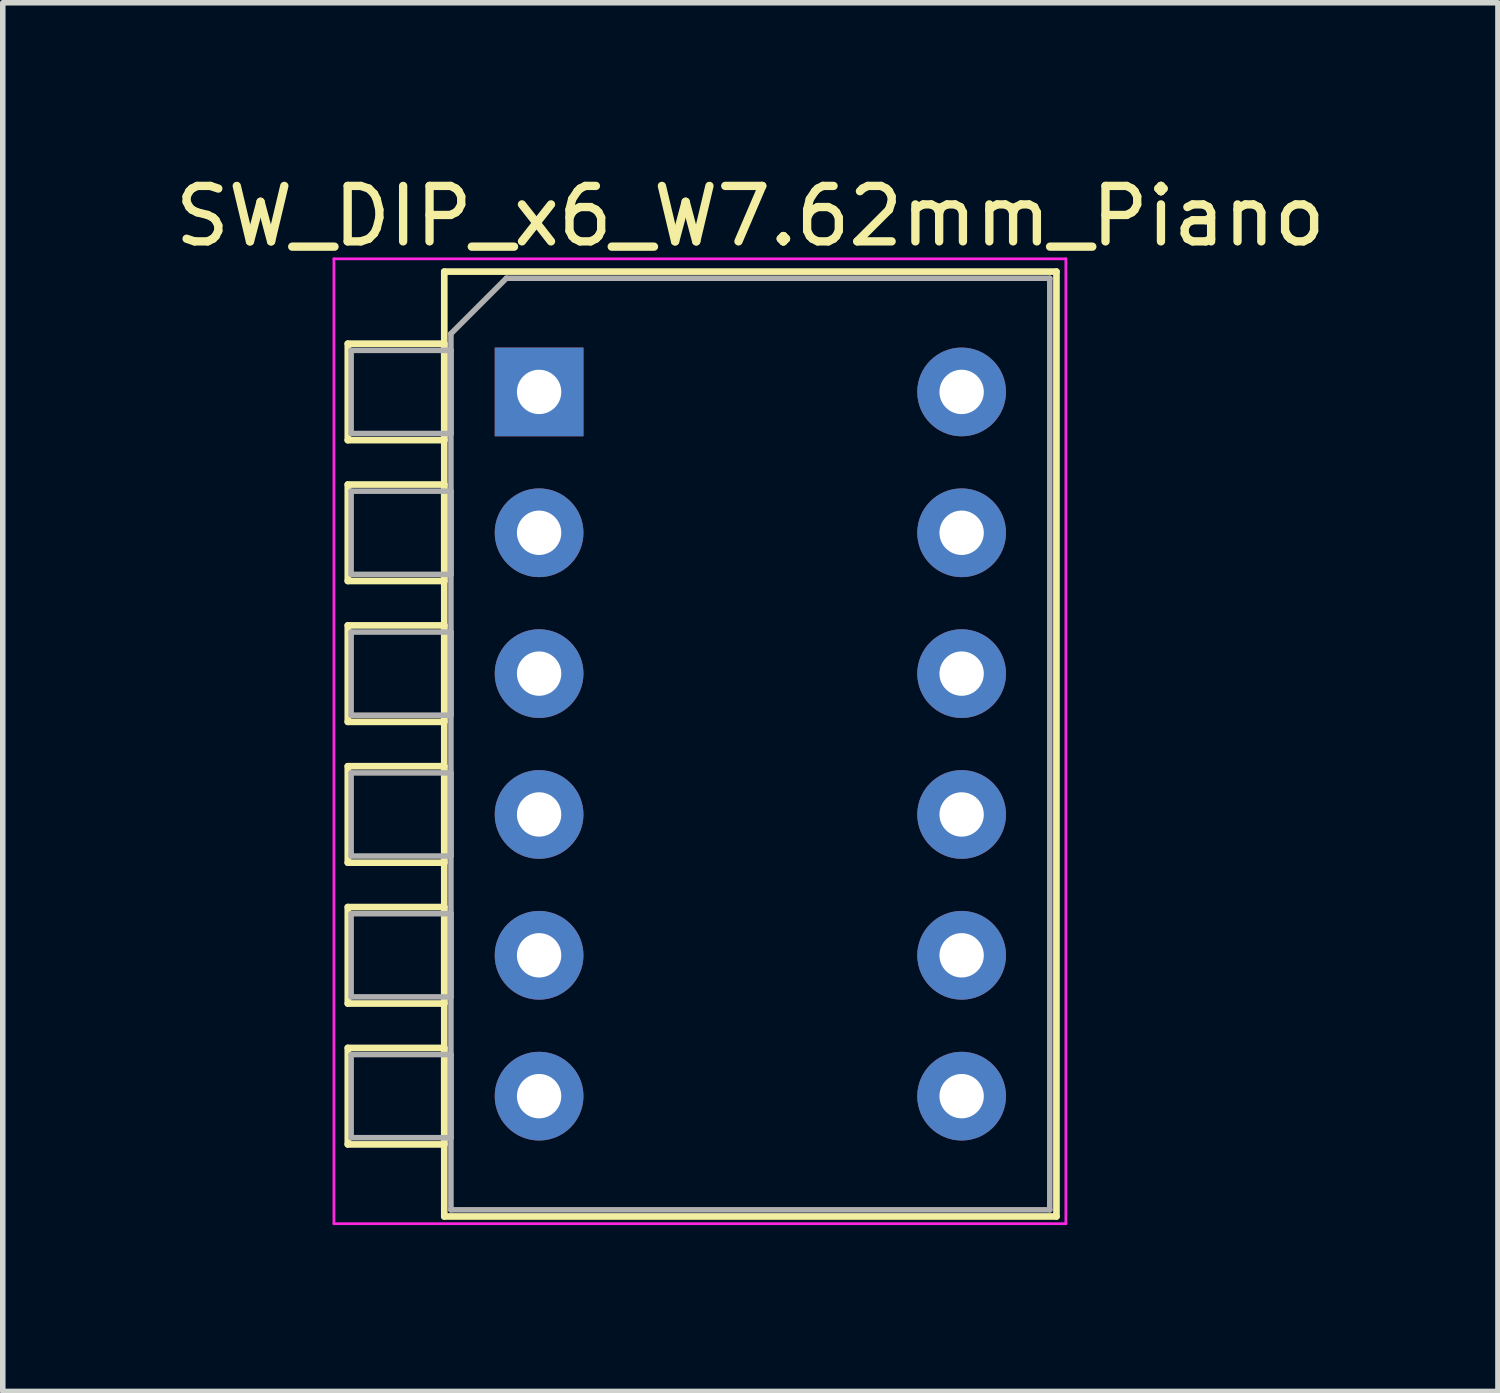
<source format=kicad_pcb>
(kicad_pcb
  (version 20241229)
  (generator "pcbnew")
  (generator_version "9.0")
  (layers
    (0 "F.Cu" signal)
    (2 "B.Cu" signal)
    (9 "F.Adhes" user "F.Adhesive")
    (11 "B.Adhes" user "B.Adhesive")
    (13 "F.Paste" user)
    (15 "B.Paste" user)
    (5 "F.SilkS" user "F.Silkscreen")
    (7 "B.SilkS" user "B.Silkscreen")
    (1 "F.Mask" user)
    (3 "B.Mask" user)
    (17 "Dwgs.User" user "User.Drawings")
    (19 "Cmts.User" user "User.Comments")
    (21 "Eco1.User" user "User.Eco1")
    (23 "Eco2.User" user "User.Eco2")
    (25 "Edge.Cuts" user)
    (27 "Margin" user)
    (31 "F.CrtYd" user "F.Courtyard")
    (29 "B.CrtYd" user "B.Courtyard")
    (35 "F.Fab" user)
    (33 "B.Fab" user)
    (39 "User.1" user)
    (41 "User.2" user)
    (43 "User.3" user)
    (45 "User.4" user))
  (footprint "SW_DIP_x6_W7.62mm_Piano"
    (layer "F.Cu")
    (at 6.672 4.018)
    (property "Reference" "SW_DIP_x6_W7.62mm_Piano" (at 3.81 -3.17 0) (layer "F.SilkS") (effects (font (size 1 1) (thickness 0.15))))
    (attr through_hole)
    (fp_line (start -3.45 -0.87) (end -3.45 0.87) (stroke (width 0.12) (type solid)) (layer "F.SilkS"))
    (fp_line (start -3.45 0.87) (end -1.71 0.87) (stroke (width 0.12) (type solid)) (layer "F.SilkS"))
    (fp_line (start -3.45 1.67) (end -3.45 3.41) (stroke (width 0.12) (type solid)) (layer "F.SilkS"))
    (fp_line (start -3.45 3.41) (end -1.71 3.41) (stroke (width 0.12) (type solid)) (layer "F.SilkS"))
    (fp_line (start -3.45 4.21) (end -3.45 5.95) (stroke (width 0.12) (type solid)) (layer "F.SilkS"))
    (fp_line (start -3.45 5.95) (end -1.71 5.95) (stroke (width 0.12) (type solid)) (layer "F.SilkS"))
    (fp_line (start -3.45 6.75) (end -3.45 8.49) (stroke (width 0.12) (type solid)) (layer "F.SilkS"))
    (fp_line (start -3.45 8.49) (end -1.71 8.49) (stroke (width 0.12) (type solid)) (layer "F.SilkS"))
    (fp_line (start -3.45 9.29) (end -3.45 11.03) (stroke (width 0.12) (type solid)) (layer "F.SilkS"))
    (fp_line (start -3.45 11.03) (end -1.71 11.03) (stroke (width 0.12) (type solid)) (layer "F.SilkS"))
    (fp_line (start -3.45 11.83) (end -3.45 13.57) (stroke (width 0.12) (type solid)) (layer "F.SilkS"))
    (fp_line (start -3.45 13.57) (end -1.71 13.57) (stroke (width 0.12) (type solid)) (layer "F.SilkS"))
    (fp_line (start -1.71 -2.17) (end 9.33 -2.17) (stroke (width 0.12) (type solid)) (layer "F.SilkS"))
    (fp_line (start -1.71 -0.87) (end -3.45 -0.87) (stroke (width 0.12) (type solid)) (layer "F.SilkS"))
    (fp_line (start -1.71 0.87) (end -1.71 -0.87) (stroke (width 0.12) (type solid)) (layer "F.SilkS"))
    (fp_line (start -1.71 1.67) (end -3.45 1.67) (stroke (width 0.12) (type solid)) (layer "F.SilkS"))
    (fp_line (start -1.71 3.41) (end -1.71 1.67) (stroke (width 0.12) (type solid)) (layer "F.SilkS"))
    (fp_line (start -1.71 4.21) (end -3.45 4.21) (stroke (width 0.12) (type solid)) (layer "F.SilkS"))
    (fp_line (start -1.71 5.95) (end -1.71 4.21) (stroke (width 0.12) (type solid)) (layer "F.SilkS"))
    (fp_line (start -1.71 6.75) (end -3.45 6.75) (stroke (width 0.12) (type solid)) (layer "F.SilkS"))
    (fp_line (start -1.71 8.49) (end -1.71 6.75) (stroke (width 0.12) (type solid)) (layer "F.SilkS"))
    (fp_line (start -1.71 9.29) (end -3.45 9.29) (stroke (width 0.12) (type solid)) (layer "F.SilkS"))
    (fp_line (start -1.71 11.03) (end -1.71 9.29) (stroke (width 0.12) (type solid)) (layer "F.SilkS"))
    (fp_line (start -1.71 11.83) (end -3.45 11.83) (stroke (width 0.12) (type solid)) (layer "F.SilkS"))
    (fp_line (start -1.71 13.57) (end -1.71 11.83) (stroke (width 0.12) (type solid)) (layer "F.SilkS"))
    (fp_line (start -1.71 14.87) (end -1.71 -2.17) (stroke (width 0.12) (type solid)) (layer "F.SilkS"))
    (fp_line (start 9.33 -2.17) (end 9.33 14.87) (stroke (width 0.12) (type solid)) (layer "F.SilkS"))
    (fp_line (start 9.33 14.87) (end -1.71 14.87) (stroke (width 0.12) (type solid)) (layer "F.SilkS"))
    (fp_line (start -3.7 -2.4) (end -3.7 15) (stroke (width 0.05) (type solid)) (layer "F.CrtYd"))
    (fp_line (start -3.7 15) (end 9.5 15) (stroke (width 0.05) (type solid)) (layer "F.CrtYd"))
    (fp_line (start 9.5 -2.4) (end -3.7 -2.4) (stroke (width 0.05) (type solid)) (layer "F.CrtYd"))
    (fp_line (start 9.5 15) (end 9.5 -2.4) (stroke (width 0.05) (type solid)) (layer "F.CrtYd"))
    (fp_line (start -3.39 -0.75) (end -1.59 -0.75) (stroke (width 0.1) (type solid)) (layer "F.Fab"))
    (fp_line (start -3.39 0.75) (end -3.39 -0.75) (stroke (width 0.1) (type solid)) (layer "F.Fab"))
    (fp_line (start -3.39 1.79) (end -1.59 1.79) (stroke (width 0.1) (type solid)) (layer "F.Fab"))
    (fp_line (start -3.39 3.29) (end -3.39 1.79) (stroke (width 0.1) (type solid)) (layer "F.Fab"))
    (fp_line (start -3.39 4.33) (end -1.59 4.33) (stroke (width 0.1) (type solid)) (layer "F.Fab"))
    (fp_line (start -3.39 5.83) (end -3.39 4.33) (stroke (width 0.1) (type solid)) (layer "F.Fab"))
    (fp_line (start -3.39 6.87) (end -1.59 6.87) (stroke (width 0.1) (type solid)) (layer "F.Fab"))
    (fp_line (start -3.39 8.37) (end -3.39 6.87) (stroke (width 0.1) (type solid)) (layer "F.Fab"))
    (fp_line (start -3.39 9.41) (end -1.59 9.41) (stroke (width 0.1) (type solid)) (layer "F.Fab"))
    (fp_line (start -3.39 10.91) (end -3.39 9.41) (stroke (width 0.1) (type solid)) (layer "F.Fab"))
    (fp_line (start -3.39 11.95) (end -1.59 11.95) (stroke (width 0.1) (type solid)) (layer "F.Fab"))
    (fp_line (start -3.39 13.45) (end -3.39 11.95) (stroke (width 0.1) (type solid)) (layer "F.Fab"))
    (fp_line (start -1.59 -1.05) (end -0.59 -2.05) (stroke (width 0.1) (type solid)) (layer "F.Fab"))
    (fp_line (start -1.59 -0.75) (end -1.59 0.75) (stroke (width 0.1) (type solid)) (layer "F.Fab"))
    (fp_line (start -1.59 0.75) (end -3.39 0.75) (stroke (width 0.1) (type solid)) (layer "F.Fab"))
    (fp_line (start -1.59 1.79) (end -1.59 3.29) (stroke (width 0.1) (type solid)) (layer "F.Fab"))
    (fp_line (start -1.59 3.29) (end -3.39 3.29) (stroke (width 0.1) (type solid)) (layer "F.Fab"))
    (fp_line (start -1.59 4.33) (end -1.59 5.83) (stroke (width 0.1) (type solid)) (layer "F.Fab"))
    (fp_line (start -1.59 5.83) (end -3.39 5.83) (stroke (width 0.1) (type solid)) (layer "F.Fab"))
    (fp_line (start -1.59 6.87) (end -1.59 8.37) (stroke (width 0.1) (type solid)) (layer "F.Fab"))
    (fp_line (start -1.59 8.37) (end -3.39 8.37) (stroke (width 0.1) (type solid)) (layer "F.Fab"))
    (fp_line (start -1.59 9.41) (end -1.59 10.91) (stroke (width 0.1) (type solid)) (layer "F.Fab"))
    (fp_line (start -1.59 10.91) (end -3.39 10.91) (stroke (width 0.1) (type solid)) (layer "F.Fab"))
    (fp_line (start -1.59 11.95) (end -1.59 13.45) (stroke (width 0.1) (type solid)) (layer "F.Fab"))
    (fp_line (start -1.59 13.45) (end -3.39 13.45) (stroke (width 0.1) (type solid)) (layer "F.Fab"))
    (fp_line (start -1.59 14.75) (end -1.59 -1.05) (stroke (width 0.1) (type solid)) (layer "F.Fab"))
    (fp_line (start -0.59 -2.05) (end 9.21 -2.05) (stroke (width 0.1) (type solid)) (layer "F.Fab"))
    (fp_line (start 9.21 -2.05) (end 9.21 14.75) (stroke (width 0.1) (type solid)) (layer "F.Fab"))
    (fp_line (start 9.21 14.75) (end -1.59 14.75) (stroke (width 0.1) (type solid)) (layer "F.Fab"))
    (pad "1" thru_hole rect (at 0 0) (size 1.6 1.6) (drill 0.8) (layers "*.Cu" "*.Mask"))
    (pad "2" thru_hole oval (at 0 2.54) (size 1.6 1.6) (drill 0.8) (layers "*.Cu" "*.Mask"))
    (pad "3" thru_hole oval (at 0 5.08) (size 1.6 1.6) (drill 0.8) (layers "*.Cu" "*.Mask"))
    (pad "4" thru_hole oval (at 0 7.62) (size 1.6 1.6) (drill 0.8) (layers "*.Cu" "*.Mask"))
    (pad "5" thru_hole oval (at 0 10.16) (size 1.6 1.6) (drill 0.8) (layers "*.Cu" "*.Mask"))
    (pad "6" thru_hole oval (at 0 12.7) (size 1.6 1.6) (drill 0.8) (layers "*.Cu" "*.Mask"))
    (pad "7" thru_hole oval (at 7.62 12.7) (size 1.6 1.6) (drill 0.8) (layers "*.Cu" "*.Mask"))
    (pad "8" thru_hole oval (at 7.62 10.16) (size 1.6 1.6) (drill 0.8) (layers "*.Cu" "*.Mask"))
    (pad "9" thru_hole oval (at 7.62 7.62) (size 1.6 1.6) (drill 0.8) (layers "*.Cu" "*.Mask"))
    (pad "10" thru_hole oval (at 7.62 5.08) (size 1.6 1.6) (drill 0.8) (layers "*.Cu" "*.Mask"))
    (pad "11" thru_hole oval (at 7.62 2.54) (size 1.6 1.6) (drill 0.8) (layers "*.Cu" "*.Mask"))
    (pad "12" thru_hole oval (at 7.62 0) (size 1.6 1.6) (drill 0.8) (layers "*.Cu" "*.Mask")))
  (gr_rect
    (start -3 -3)
    (end 23.964 22.043)
    (stroke (width 0.1) (type default))
    (fill no)
    (layer "Edge.Cuts")))
</source>
